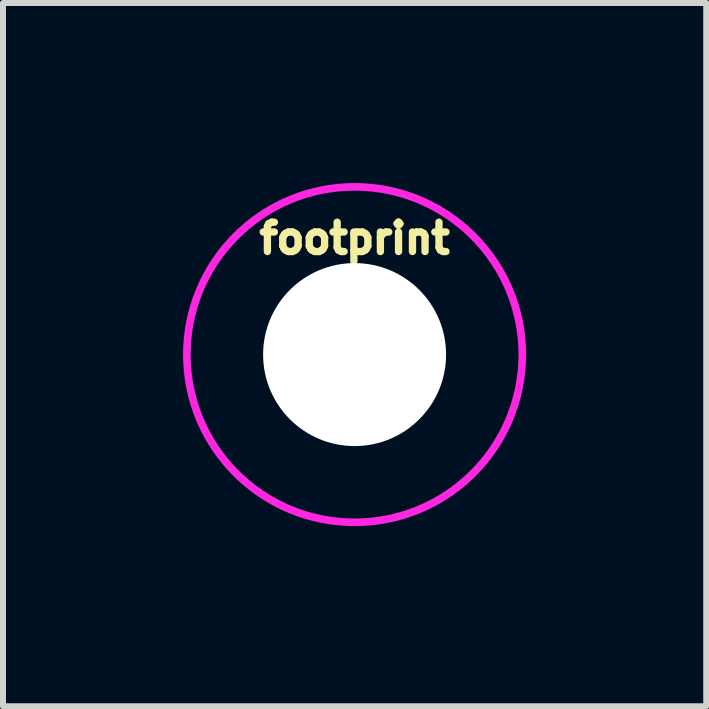
<source format=kicad_pcb>
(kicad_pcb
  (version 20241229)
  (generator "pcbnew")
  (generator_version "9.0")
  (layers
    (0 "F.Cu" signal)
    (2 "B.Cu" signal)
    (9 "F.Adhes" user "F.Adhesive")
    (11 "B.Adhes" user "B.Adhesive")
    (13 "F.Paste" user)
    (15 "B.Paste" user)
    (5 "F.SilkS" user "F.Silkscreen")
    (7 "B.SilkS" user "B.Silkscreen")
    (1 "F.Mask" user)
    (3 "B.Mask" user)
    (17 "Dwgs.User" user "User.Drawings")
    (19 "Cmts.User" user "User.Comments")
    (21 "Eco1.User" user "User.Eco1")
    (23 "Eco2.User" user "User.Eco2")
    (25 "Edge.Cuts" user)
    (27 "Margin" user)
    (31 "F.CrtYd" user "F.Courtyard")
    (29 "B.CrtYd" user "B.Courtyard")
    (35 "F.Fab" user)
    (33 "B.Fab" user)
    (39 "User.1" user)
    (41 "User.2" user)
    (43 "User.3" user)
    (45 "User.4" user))
  (footprint "footprint"
    (layer "F.Cu")
    (at 2.857 2.857)
    (property "Reference" "footprint" (at 0 -1.651 0) (layer "F.SilkS") (effects (font (size 0.488 0.488) (thickness 0.122)) (justify bottom)))
    (fp_circle (center 0 0) (end 2.794 0) (stroke (width 0.127) (type solid)) (fill no) (layer "F.CrtYd"))
    (pad "" np_thru_hole circle (at 0 0) (size 3.048 3.048) (drill 3.048) (layers "*.Cu" "*.Mask")))
  (gr_rect
    (start -3 -3)
    (end 8.715 8.715)
    (stroke (width 0.1) (type default))
    (fill no)
    (layer "Edge.Cuts")))
</source>
